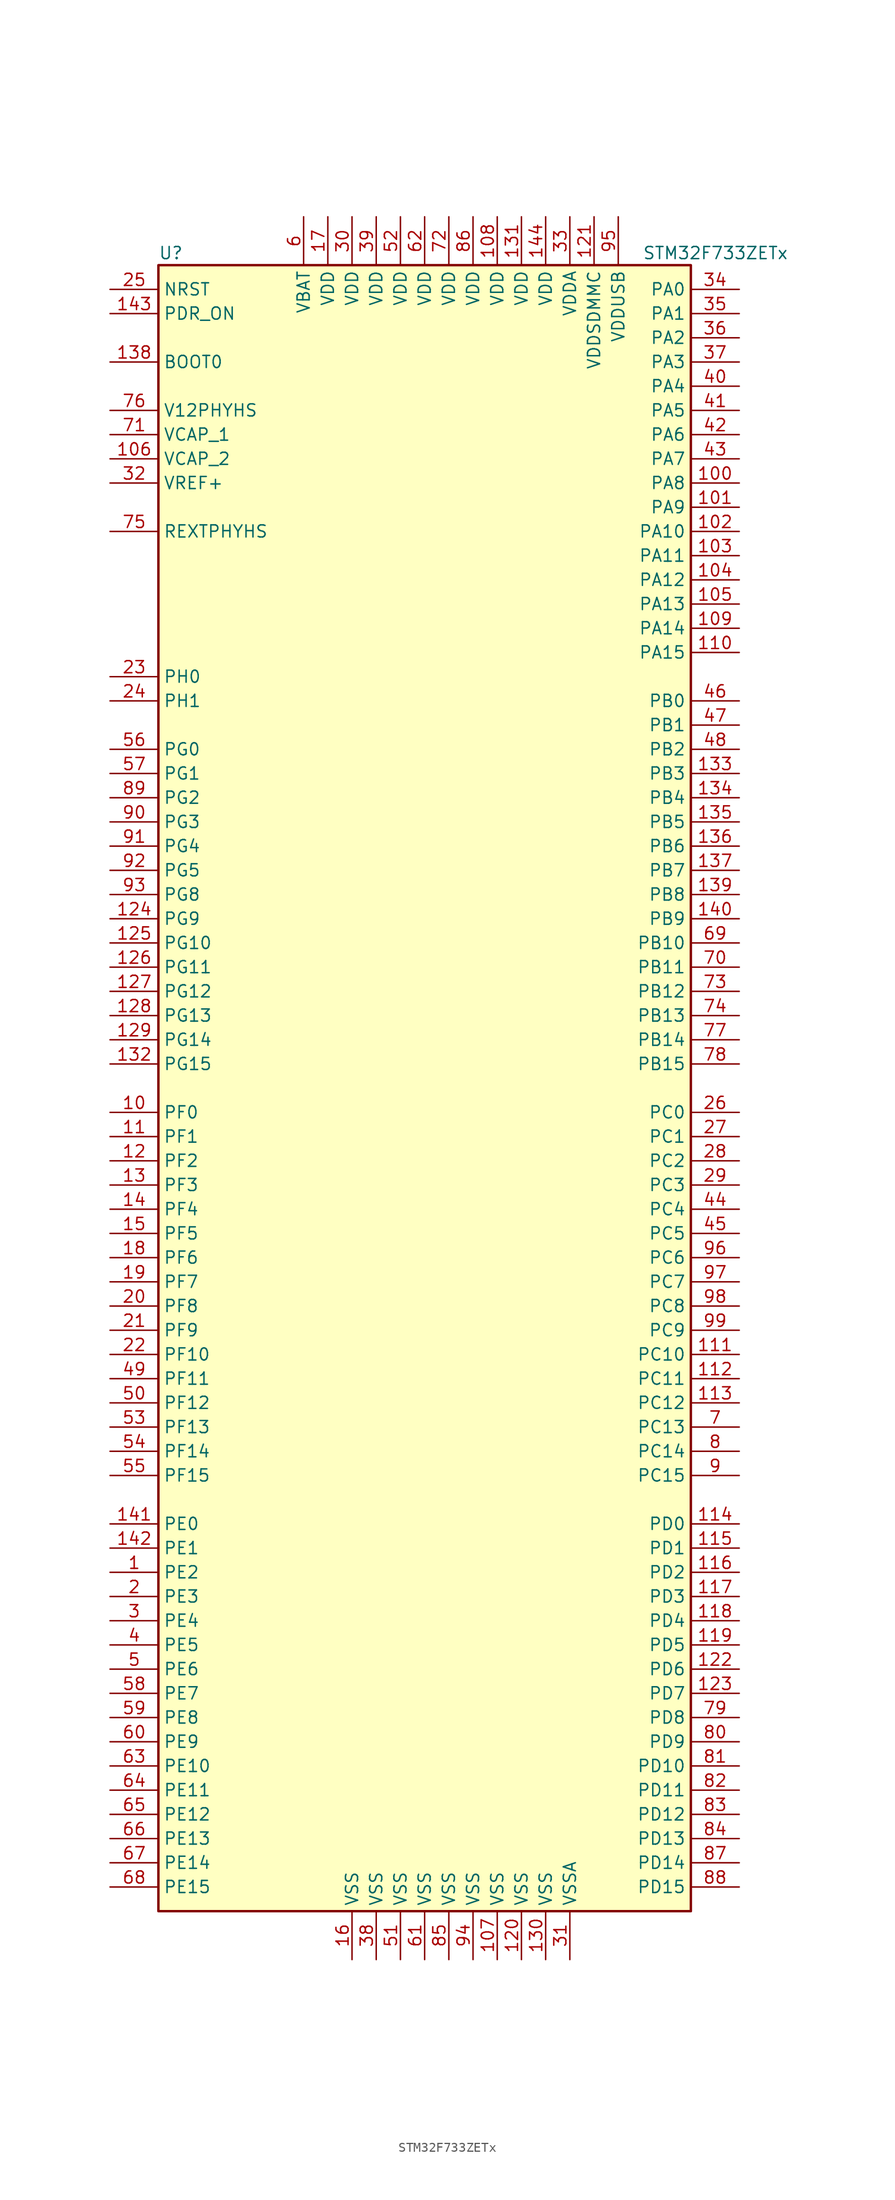
<source format=kicad_sym>
(kicad_symbol_lib
  (version 20201005)
  (generator kicad_symbol_editor)
  (symbol "STM32F733ZETx"
    (property "Reference" "U"
      (at -27.94 87.63 0)
      (effects (font (size 1.27 1.27)) (justify left)))
    (property "Value" "STM32F733ZETx"
      (at 22.86 87.63 0)
      (effects (font (size 1.27 1.27)) (justify left)))
    (symbol "STM32F733ZETx_0_1"
      (rectangle (start -27.94 -86.36) (end 27.94 86.36) (stroke (width 0.254)) (fill (type background))))
    (symbol "STM32F733ZETx_1_1"
      (pin input line (at -33.02 76.2 0) (length 5.08) (name "BOOT0" (effects (font (size 1.27 1.27)))) (number "138" (effects (font (size 1.27 1.27)))))
      (pin input line (at -33.02 83.82 0) (length 5.08) (name "NRST" (effects (font (size 1.27 1.27)))) (number "25" (effects (font (size 1.27 1.27)))))
      (pin bidirectional line (at 33.02 83.82 180) (length 5.08) (name "PA0" (effects (font (size 1.27 1.27)))) (number "34" (effects (font (size 1.27 1.27)))))
      (pin bidirectional line (at 33.02 81.28 180) (length 5.08) (name "PA1" (effects (font (size 1.27 1.27)))) (number "35" (effects (font (size 1.27 1.27)))))
      (pin bidirectional line (at 33.02 58.42 180) (length 5.08) (name "PA10" (effects (font (size 1.27 1.27)))) (number "102" (effects (font (size 1.27 1.27)))))
      (pin bidirectional line (at 33.02 55.88 180) (length 5.08) (name "PA11" (effects (font (size 1.27 1.27)))) (number "103" (effects (font (size 1.27 1.27)))))
      (pin bidirectional line (at 33.02 53.34 180) (length 5.08) (name "PA12" (effects (font (size 1.27 1.27)))) (number "104" (effects (font (size 1.27 1.27)))))
      (pin bidirectional line (at 33.02 50.8 180) (length 5.08) (name "PA13" (effects (font (size 1.27 1.27)))) (number "105" (effects (font (size 1.27 1.27)))))
      (pin bidirectional line (at 33.02 48.26 180) (length 5.08) (name "PA14" (effects (font (size 1.27 1.27)))) (number "109" (effects (font (size 1.27 1.27)))))
      (pin bidirectional line (at 33.02 45.72 180) (length 5.08) (name "PA15" (effects (font (size 1.27 1.27)))) (number "110" (effects (font (size 1.27 1.27)))))
      (pin bidirectional line (at 33.02 78.74 180) (length 5.08) (name "PA2" (effects (font (size 1.27 1.27)))) (number "36" (effects (font (size 1.27 1.27)))))
      (pin bidirectional line (at 33.02 76.2 180) (length 5.08) (name "PA3" (effects (font (size 1.27 1.27)))) (number "37" (effects (font (size 1.27 1.27)))))
      (pin bidirectional line (at 33.02 73.66 180) (length 5.08) (name "PA4" (effects (font (size 1.27 1.27)))) (number "40" (effects (font (size 1.27 1.27)))))
      (pin bidirectional line (at 33.02 71.12 180) (length 5.08) (name "PA5" (effects (font (size 1.27 1.27)))) (number "41" (effects (font (size 1.27 1.27)))))
      (pin bidirectional line (at 33.02 68.58 180) (length 5.08) (name "PA6" (effects (font (size 1.27 1.27)))) (number "42" (effects (font (size 1.27 1.27)))))
      (pin bidirectional line (at 33.02 66.04 180) (length 5.08) (name "PA7" (effects (font (size 1.27 1.27)))) (number "43" (effects (font (size 1.27 1.27)))))
      (pin bidirectional line (at 33.02 63.5 180) (length 5.08) (name "PA8" (effects (font (size 1.27 1.27)))) (number "100" (effects (font (size 1.27 1.27)))))
      (pin bidirectional line (at 33.02 60.96 180) (length 5.08) (name "PA9" (effects (font (size 1.27 1.27)))) (number "101" (effects (font (size 1.27 1.27)))))
      (pin bidirectional line (at 33.02 40.64 180) (length 5.08) (name "PB0" (effects (font (size 1.27 1.27)))) (number "46" (effects (font (size 1.27 1.27)))))
      (pin bidirectional line (at 33.02 38.1 180) (length 5.08) (name "PB1" (effects (font (size 1.27 1.27)))) (number "47" (effects (font (size 1.27 1.27)))))
      (pin bidirectional line (at 33.02 15.24 180) (length 5.08) (name "PB10" (effects (font (size 1.27 1.27)))) (number "69" (effects (font (size 1.27 1.27)))))
      (pin bidirectional line (at 33.02 12.7 180) (length 5.08) (name "PB11" (effects (font (size 1.27 1.27)))) (number "70" (effects (font (size 1.27 1.27)))))
      (pin bidirectional line (at 33.02 10.16 180) (length 5.08) (name "PB12" (effects (font (size 1.27 1.27)))) (number "73" (effects (font (size 1.27 1.27)))))
      (pin bidirectional line (at 33.02 7.62 180) (length 5.08) (name "PB13" (effects (font (size 1.27 1.27)))) (number "74" (effects (font (size 1.27 1.27)))))
      (pin bidirectional line (at 33.02 5.08 180) (length 5.08) (name "PB14" (effects (font (size 1.27 1.27)))) (number "77" (effects (font (size 1.27 1.27)))))
      (pin bidirectional line (at 33.02 2.54 180) (length 5.08) (name "PB15" (effects (font (size 1.27 1.27)))) (number "78" (effects (font (size 1.27 1.27)))))
      (pin bidirectional line (at 33.02 35.56 180) (length 5.08) (name "PB2" (effects (font (size 1.27 1.27)))) (number "48" (effects (font (size 1.27 1.27)))))
      (pin bidirectional line (at 33.02 33.02 180) (length 5.08) (name "PB3" (effects (font (size 1.27 1.27)))) (number "133" (effects (font (size 1.27 1.27)))))
      (pin bidirectional line (at 33.02 30.48 180) (length 5.08) (name "PB4" (effects (font (size 1.27 1.27)))) (number "134" (effects (font (size 1.27 1.27)))))
      (pin bidirectional line (at 33.02 27.94 180) (length 5.08) (name "PB5" (effects (font (size 1.27 1.27)))) (number "135" (effects (font (size 1.27 1.27)))))
      (pin bidirectional line (at 33.02 25.4 180) (length 5.08) (name "PB6" (effects (font (size 1.27 1.27)))) (number "136" (effects (font (size 1.27 1.27)))))
      (pin bidirectional line (at 33.02 22.86 180) (length 5.08) (name "PB7" (effects (font (size 1.27 1.27)))) (number "137" (effects (font (size 1.27 1.27)))))
      (pin bidirectional line (at 33.02 20.32 180) (length 5.08) (name "PB8" (effects (font (size 1.27 1.27)))) (number "139" (effects (font (size 1.27 1.27)))))
      (pin bidirectional line (at 33.02 17.78 180) (length 5.08) (name "PB9" (effects (font (size 1.27 1.27)))) (number "140" (effects (font (size 1.27 1.27)))))
      (pin bidirectional line (at 33.02 -2.54 180) (length 5.08) (name "PC0" (effects (font (size 1.27 1.27)))) (number "26" (effects (font (size 1.27 1.27)))))
      (pin bidirectional line (at 33.02 -5.08 180) (length 5.08) (name "PC1" (effects (font (size 1.27 1.27)))) (number "27" (effects (font (size 1.27 1.27)))))
      (pin bidirectional line (at 33.02 -27.94 180) (length 5.08) (name "PC10" (effects (font (size 1.27 1.27)))) (number "111" (effects (font (size 1.27 1.27)))))
      (pin bidirectional line (at 33.02 -30.48 180) (length 5.08) (name "PC11" (effects (font (size 1.27 1.27)))) (number "112" (effects (font (size 1.27 1.27)))))
      (pin bidirectional line (at 33.02 -33.02 180) (length 5.08) (name "PC12" (effects (font (size 1.27 1.27)))) (number "113" (effects (font (size 1.27 1.27)))))
      (pin bidirectional line (at 33.02 -35.56 180) (length 5.08) (name "PC13" (effects (font (size 1.27 1.27)))) (number "7" (effects (font (size 1.27 1.27)))))
      (pin bidirectional line (at 33.02 -38.1 180) (length 5.08) (name "PC14" (effects (font (size 1.27 1.27)))) (number "8" (effects (font (size 1.27 1.27)))))
      (pin bidirectional line (at 33.02 -40.64 180) (length 5.08) (name "PC15" (effects (font (size 1.27 1.27)))) (number "9" (effects (font (size 1.27 1.27)))))
      (pin bidirectional line (at 33.02 -7.62 180) (length 5.08) (name "PC2" (effects (font (size 1.27 1.27)))) (number "28" (effects (font (size 1.27 1.27)))))
      (pin bidirectional line (at 33.02 -10.16 180) (length 5.08) (name "PC3" (effects (font (size 1.27 1.27)))) (number "29" (effects (font (size 1.27 1.27)))))
      (pin bidirectional line (at 33.02 -12.7 180) (length 5.08) (name "PC4" (effects (font (size 1.27 1.27)))) (number "44" (effects (font (size 1.27 1.27)))))
      (pin bidirectional line (at 33.02 -15.24 180) (length 5.08) (name "PC5" (effects (font (size 1.27 1.27)))) (number "45" (effects (font (size 1.27 1.27)))))
      (pin bidirectional line (at 33.02 -17.78 180) (length 5.08) (name "PC6" (effects (font (size 1.27 1.27)))) (number "96" (effects (font (size 1.27 1.27)))))
      (pin bidirectional line (at 33.02 -20.32 180) (length 5.08) (name "PC7" (effects (font (size 1.27 1.27)))) (number "97" (effects (font (size 1.27 1.27)))))
      (pin bidirectional line (at 33.02 -22.86 180) (length 5.08) (name "PC8" (effects (font (size 1.27 1.27)))) (number "98" (effects (font (size 1.27 1.27)))))
      (pin bidirectional line (at 33.02 -25.4 180) (length 5.08) (name "PC9" (effects (font (size 1.27 1.27)))) (number "99" (effects (font (size 1.27 1.27)))))
      (pin bidirectional line (at 33.02 -45.72 180) (length 5.08) (name "PD0" (effects (font (size 1.27 1.27)))) (number "114" (effects (font (size 1.27 1.27)))))
      (pin bidirectional line (at 33.02 -48.26 180) (length 5.08) (name "PD1" (effects (font (size 1.27 1.27)))) (number "115" (effects (font (size 1.27 1.27)))))
      (pin bidirectional line (at 33.02 -71.12 180) (length 5.08) (name "PD10" (effects (font (size 1.27 1.27)))) (number "81" (effects (font (size 1.27 1.27)))))
      (pin bidirectional line (at 33.02 -73.66 180) (length 5.08) (name "PD11" (effects (font (size 1.27 1.27)))) (number "82" (effects (font (size 1.27 1.27)))))
      (pin bidirectional line (at 33.02 -76.2 180) (length 5.08) (name "PD12" (effects (font (size 1.27 1.27)))) (number "83" (effects (font (size 1.27 1.27)))))
      (pin bidirectional line (at 33.02 -78.74 180) (length 5.08) (name "PD13" (effects (font (size 1.27 1.27)))) (number "84" (effects (font (size 1.27 1.27)))))
      (pin bidirectional line (at 33.02 -81.28 180) (length 5.08) (name "PD14" (effects (font (size 1.27 1.27)))) (number "87" (effects (font (size 1.27 1.27)))))
      (pin bidirectional line (at 33.02 -83.82 180) (length 5.08) (name "PD15" (effects (font (size 1.27 1.27)))) (number "88" (effects (font (size 1.27 1.27)))))
      (pin bidirectional line (at 33.02 -50.8 180) (length 5.08) (name "PD2" (effects (font (size 1.27 1.27)))) (number "116" (effects (font (size 1.27 1.27)))))
      (pin bidirectional line (at 33.02 -53.34 180) (length 5.08) (name "PD3" (effects (font (size 1.27 1.27)))) (number "117" (effects (font (size 1.27 1.27)))))
      (pin bidirectional line (at 33.02 -55.88 180) (length 5.08) (name "PD4" (effects (font (size 1.27 1.27)))) (number "118" (effects (font (size 1.27 1.27)))))
      (pin bidirectional line (at 33.02 -58.42 180) (length 5.08) (name "PD5" (effects (font (size 1.27 1.27)))) (number "119" (effects (font (size 1.27 1.27)))))
      (pin bidirectional line (at 33.02 -60.96 180) (length 5.08) (name "PD6" (effects (font (size 1.27 1.27)))) (number "122" (effects (font (size 1.27 1.27)))))
      (pin bidirectional line (at 33.02 -63.5 180) (length 5.08) (name "PD7" (effects (font (size 1.27 1.27)))) (number "123" (effects (font (size 1.27 1.27)))))
      (pin bidirectional line (at 33.02 -66.04 180) (length 5.08) (name "PD8" (effects (font (size 1.27 1.27)))) (number "79" (effects (font (size 1.27 1.27)))))
      (pin bidirectional line (at 33.02 -68.58 180) (length 5.08) (name "PD9" (effects (font (size 1.27 1.27)))) (number "80" (effects (font (size 1.27 1.27)))))
      (pin input line (at -33.02 81.28 0) (length 5.08) (name "PDR_ON" (effects (font (size 1.27 1.27)))) (number "143" (effects (font (size 1.27 1.27)))))
      (pin bidirectional line (at -33.02 -45.72 0) (length 5.08) (name "PE0" (effects (font (size 1.27 1.27)))) (number "141" (effects (font (size 1.27 1.27)))))
      (pin bidirectional line (at -33.02 -48.26 0) (length 5.08) (name "PE1" (effects (font (size 1.27 1.27)))) (number "142" (effects (font (size 1.27 1.27)))))
      (pin bidirectional line (at -33.02 -71.12 0) (length 5.08) (name "PE10" (effects (font (size 1.27 1.27)))) (number "63" (effects (font (size 1.27 1.27)))))
      (pin bidirectional line (at -33.02 -73.66 0) (length 5.08) (name "PE11" (effects (font (size 1.27 1.27)))) (number "64" (effects (font (size 1.27 1.27)))))
      (pin bidirectional line (at -33.02 -76.2 0) (length 5.08) (name "PE12" (effects (font (size 1.27 1.27)))) (number "65" (effects (font (size 1.27 1.27)))))
      (pin bidirectional line (at -33.02 -78.74 0) (length 5.08) (name "PE13" (effects (font (size 1.27 1.27)))) (number "66" (effects (font (size 1.27 1.27)))))
      (pin bidirectional line (at -33.02 -81.28 0) (length 5.08) (name "PE14" (effects (font (size 1.27 1.27)))) (number "67" (effects (font (size 1.27 1.27)))))
      (pin bidirectional line (at -33.02 -83.82 0) (length 5.08) (name "PE15" (effects (font (size 1.27 1.27)))) (number "68" (effects (font (size 1.27 1.27)))))
      (pin bidirectional line (at -33.02 -50.8 0) (length 5.08) (name "PE2" (effects (font (size 1.27 1.27)))) (number "1" (effects (font (size 1.27 1.27)))))
      (pin bidirectional line (at -33.02 -53.34 0) (length 5.08) (name "PE3" (effects (font (size 1.27 1.27)))) (number "2" (effects (font (size 1.27 1.27)))))
      (pin bidirectional line (at -33.02 -55.88 0) (length 5.08) (name "PE4" (effects (font (size 1.27 1.27)))) (number "3" (effects (font (size 1.27 1.27)))))
      (pin bidirectional line (at -33.02 -58.42 0) (length 5.08) (name "PE5" (effects (font (size 1.27 1.27)))) (number "4" (effects (font (size 1.27 1.27)))))
      (pin bidirectional line (at -33.02 -60.96 0) (length 5.08) (name "PE6" (effects (font (size 1.27 1.27)))) (number "5" (effects (font (size 1.27 1.27)))))
      (pin bidirectional line (at -33.02 -63.5 0) (length 5.08) (name "PE7" (effects (font (size 1.27 1.27)))) (number "58" (effects (font (size 1.27 1.27)))))
      (pin bidirectional line (at -33.02 -66.04 0) (length 5.08) (name "PE8" (effects (font (size 1.27 1.27)))) (number "59" (effects (font (size 1.27 1.27)))))
      (pin bidirectional line (at -33.02 -68.58 0) (length 5.08) (name "PE9" (effects (font (size 1.27 1.27)))) (number "60" (effects (font (size 1.27 1.27)))))
      (pin bidirectional line (at -33.02 -2.54 0) (length 5.08) (name "PF0" (effects (font (size 1.27 1.27)))) (number "10" (effects (font (size 1.27 1.27)))))
      (pin bidirectional line (at -33.02 -5.08 0) (length 5.08) (name "PF1" (effects (font (size 1.27 1.27)))) (number "11" (effects (font (size 1.27 1.27)))))
      (pin bidirectional line (at -33.02 -27.94 0) (length 5.08) (name "PF10" (effects (font (size 1.27 1.27)))) (number "22" (effects (font (size 1.27 1.27)))))
      (pin bidirectional line (at -33.02 -30.48 0) (length 5.08) (name "PF11" (effects (font (size 1.27 1.27)))) (number "49" (effects (font (size 1.27 1.27)))))
      (pin bidirectional line (at -33.02 -33.02 0) (length 5.08) (name "PF12" (effects (font (size 1.27 1.27)))) (number "50" (effects (font (size 1.27 1.27)))))
      (pin bidirectional line (at -33.02 -35.56 0) (length 5.08) (name "PF13" (effects (font (size 1.27 1.27)))) (number "53" (effects (font (size 1.27 1.27)))))
      (pin bidirectional line (at -33.02 -38.1 0) (length 5.08) (name "PF14" (effects (font (size 1.27 1.27)))) (number "54" (effects (font (size 1.27 1.27)))))
      (pin bidirectional line (at -33.02 -40.64 0) (length 5.08) (name "PF15" (effects (font (size 1.27 1.27)))) (number "55" (effects (font (size 1.27 1.27)))))
      (pin bidirectional line (at -33.02 -7.62 0) (length 5.08) (name "PF2" (effects (font (size 1.27 1.27)))) (number "12" (effects (font (size 1.27 1.27)))))
      (pin bidirectional line (at -33.02 -10.16 0) (length 5.08) (name "PF3" (effects (font (size 1.27 1.27)))) (number "13" (effects (font (size 1.27 1.27)))))
      (pin bidirectional line (at -33.02 -12.7 0) (length 5.08) (name "PF4" (effects (font (size 1.27 1.27)))) (number "14" (effects (font (size 1.27 1.27)))))
      (pin bidirectional line (at -33.02 -15.24 0) (length 5.08) (name "PF5" (effects (font (size 1.27 1.27)))) (number "15" (effects (font (size 1.27 1.27)))))
      (pin bidirectional line (at -33.02 -17.78 0) (length 5.08) (name "PF6" (effects (font (size 1.27 1.27)))) (number "18" (effects (font (size 1.27 1.27)))))
      (pin bidirectional line (at -33.02 -20.32 0) (length 5.08) (name "PF7" (effects (font (size 1.27 1.27)))) (number "19" (effects (font (size 1.27 1.27)))))
      (pin bidirectional line (at -33.02 -22.86 0) (length 5.08) (name "PF8" (effects (font (size 1.27 1.27)))) (number "20" (effects (font (size 1.27 1.27)))))
      (pin bidirectional line (at -33.02 -25.4 0) (length 5.08) (name "PF9" (effects (font (size 1.27 1.27)))) (number "21" (effects (font (size 1.27 1.27)))))
      (pin bidirectional line (at -33.02 35.56 0) (length 5.08) (name "PG0" (effects (font (size 1.27 1.27)))) (number "56" (effects (font (size 1.27 1.27)))))
      (pin bidirectional line (at -33.02 33.02 0) (length 5.08) (name "PG1" (effects (font (size 1.27 1.27)))) (number "57" (effects (font (size 1.27 1.27)))))
      (pin bidirectional line (at -33.02 15.24 0) (length 5.08) (name "PG10" (effects (font (size 1.27 1.27)))) (number "125" (effects (font (size 1.27 1.27)))))
      (pin bidirectional line (at -33.02 12.7 0) (length 5.08) (name "PG11" (effects (font (size 1.27 1.27)))) (number "126" (effects (font (size 1.27 1.27)))))
      (pin bidirectional line (at -33.02 10.16 0) (length 5.08) (name "PG12" (effects (font (size 1.27 1.27)))) (number "127" (effects (font (size 1.27 1.27)))))
      (pin bidirectional line (at -33.02 7.62 0) (length 5.08) (name "PG13" (effects (font (size 1.27 1.27)))) (number "128" (effects (font (size 1.27 1.27)))))
      (pin bidirectional line (at -33.02 5.08 0) (length 5.08) (name "PG14" (effects (font (size 1.27 1.27)))) (number "129" (effects (font (size 1.27 1.27)))))
      (pin bidirectional line (at -33.02 2.54 0) (length 5.08) (name "PG15" (effects (font (size 1.27 1.27)))) (number "132" (effects (font (size 1.27 1.27)))))
      (pin bidirectional line (at -33.02 30.48 0) (length 5.08) (name "PG2" (effects (font (size 1.27 1.27)))) (number "89" (effects (font (size 1.27 1.27)))))
      (pin bidirectional line (at -33.02 27.94 0) (length 5.08) (name "PG3" (effects (font (size 1.27 1.27)))) (number "90" (effects (font (size 1.27 1.27)))))
      (pin bidirectional line (at -33.02 25.4 0) (length 5.08) (name "PG4" (effects (font (size 1.27 1.27)))) (number "91" (effects (font (size 1.27 1.27)))))
      (pin bidirectional line (at -33.02 22.86 0) (length 5.08) (name "PG5" (effects (font (size 1.27 1.27)))) (number "92" (effects (font (size 1.27 1.27)))))
      (pin bidirectional line (at -33.02 20.32 0) (length 5.08) (name "PG8" (effects (font (size 1.27 1.27)))) (number "93" (effects (font (size 1.27 1.27)))))
      (pin bidirectional line (at -33.02 17.78 0) (length 5.08) (name "PG9" (effects (font (size 1.27 1.27)))) (number "124" (effects (font (size 1.27 1.27)))))
      (pin input line (at -33.02 43.18 0) (length 5.08) (name "PH0" (effects (font (size 1.27 1.27)))) (number "23" (effects (font (size 1.27 1.27)))))
      (pin input line (at -33.02 40.64 0) (length 5.08) (name "PH1" (effects (font (size 1.27 1.27)))) (number "24" (effects (font (size 1.27 1.27)))))
      (pin bidirectional line (at -33.02 58.42 0) (length 5.08) (name "REXTPHYHS" (effects (font (size 1.27 1.27)))) (number "75" (effects (font (size 1.27 1.27)))))
      (pin power_in line (at -33.02 71.12 0) (length 5.08) (name "V12PHYHS" (effects (font (size 1.27 1.27)))) (number "76" (effects (font (size 1.27 1.27)))))
      (pin power_in line (at -12.7 91.44 270) (length 5.08) (name "VBAT" (effects (font (size 1.27 1.27)))) (number "6" (effects (font (size 1.27 1.27)))))
      (pin power_in line (at -33.02 68.58 0) (length 5.08) (name "VCAP_1" (effects (font (size 1.27 1.27)))) (number "71" (effects (font (size 1.27 1.27)))))
      (pin power_in line (at -33.02 66.04 0) (length 5.08) (name "VCAP_2" (effects (font (size 1.27 1.27)))) (number "106" (effects (font (size 1.27 1.27)))))
      (pin power_in line (at 7.62 91.44 270) (length 5.08) (name "VDD" (effects (font (size 1.27 1.27)))) (number "108" (effects (font (size 1.27 1.27)))))
      (pin power_in line (at 10.16 91.44 270) (length 5.08) (name "VDD" (effects (font (size 1.27 1.27)))) (number "131" (effects (font (size 1.27 1.27)))))
      (pin power_in line (at 12.7 91.44 270) (length 5.08) (name "VDD" (effects (font (size 1.27 1.27)))) (number "144" (effects (font (size 1.27 1.27)))))
      (pin power_in line (at -10.16 91.44 270) (length 5.08) (name "VDD" (effects (font (size 1.27 1.27)))) (number "17" (effects (font (size 1.27 1.27)))))
      (pin power_in line (at -7.62 91.44 270) (length 5.08) (name "VDD" (effects (font (size 1.27 1.27)))) (number "30" (effects (font (size 1.27 1.27)))))
      (pin power_in line (at -5.08 91.44 270) (length 5.08) (name "VDD" (effects (font (size 1.27 1.27)))) (number "39" (effects (font (size 1.27 1.27)))))
      (pin power_in line (at -2.54 91.44 270) (length 5.08) (name "VDD" (effects (font (size 1.27 1.27)))) (number "52" (effects (font (size 1.27 1.27)))))
      (pin power_in line (at 0 91.44 270) (length 5.08) (name "VDD" (effects (font (size 1.27 1.27)))) (number "62" (effects (font (size 1.27 1.27)))))
      (pin power_in line (at 2.54 91.44 270) (length 5.08) (name "VDD" (effects (font (size 1.27 1.27)))) (number "72" (effects (font (size 1.27 1.27)))))
      (pin power_in line (at 5.08 91.44 270) (length 5.08) (name "VDD" (effects (font (size 1.27 1.27)))) (number "86" (effects (font (size 1.27 1.27)))))
      (pin power_in line (at 15.24 91.44 270) (length 5.08) (name "VDDA" (effects (font (size 1.27 1.27)))) (number "33" (effects (font (size 1.27 1.27)))))
      (pin power_in line (at 17.78 91.44 270) (length 5.08) (name "VDDSDMMC" (effects (font (size 1.27 1.27)))) (number "121" (effects (font (size 1.27 1.27)))))
      (pin power_in line (at 20.32 91.44 270) (length 5.08) (name "VDDUSB" (effects (font (size 1.27 1.27)))) (number "95" (effects (font (size 1.27 1.27)))))
      (pin power_in line (at -33.02 63.5 0) (length 5.08) (name "VREF+" (effects (font (size 1.27 1.27)))) (number "32" (effects (font (size 1.27 1.27)))))
      (pin power_in line (at 7.62 -91.44 90) (length 5.08) (name "VSS" (effects (font (size 1.27 1.27)))) (number "107" (effects (font (size 1.27 1.27)))))
      (pin power_in line (at 10.16 -91.44 90) (length 5.08) (name "VSS" (effects (font (size 1.27 1.27)))) (number "120" (effects (font (size 1.27 1.27)))))
      (pin power_in line (at 12.7 -91.44 90) (length 5.08) (name "VSS" (effects (font (size 1.27 1.27)))) (number "130" (effects (font (size 1.27 1.27)))))
      (pin power_in line (at -7.62 -91.44 90) (length 5.08) (name "VSS" (effects (font (size 1.27 1.27)))) (number "16" (effects (font (size 1.27 1.27)))))
      (pin power_in line (at -5.08 -91.44 90) (length 5.08) (name "VSS" (effects (font (size 1.27 1.27)))) (number "38" (effects (font (size 1.27 1.27)))))
      (pin power_in line (at -2.54 -91.44 90) (length 5.08) (name "VSS" (effects (font (size 1.27 1.27)))) (number "51" (effects (font (size 1.27 1.27)))))
      (pin power_in line (at 0 -91.44 90) (length 5.08) (name "VSS" (effects (font (size 1.27 1.27)))) (number "61" (effects (font (size 1.27 1.27)))))
      (pin power_in line (at 2.54 -91.44 90) (length 5.08) (name "VSS" (effects (font (size 1.27 1.27)))) (number "85" (effects (font (size 1.27 1.27)))))
      (pin power_in line (at 5.08 -91.44 90) (length 5.08) (name "VSS" (effects (font (size 1.27 1.27)))) (number "94" (effects (font (size 1.27 1.27)))))
      (pin power_in line (at 15.24 -91.44 90) (length 5.08) (name "VSSA" (effects (font (size 1.27 1.27)))) (number "31" (effects (font (size 1.27 1.27))))))))
</source>
